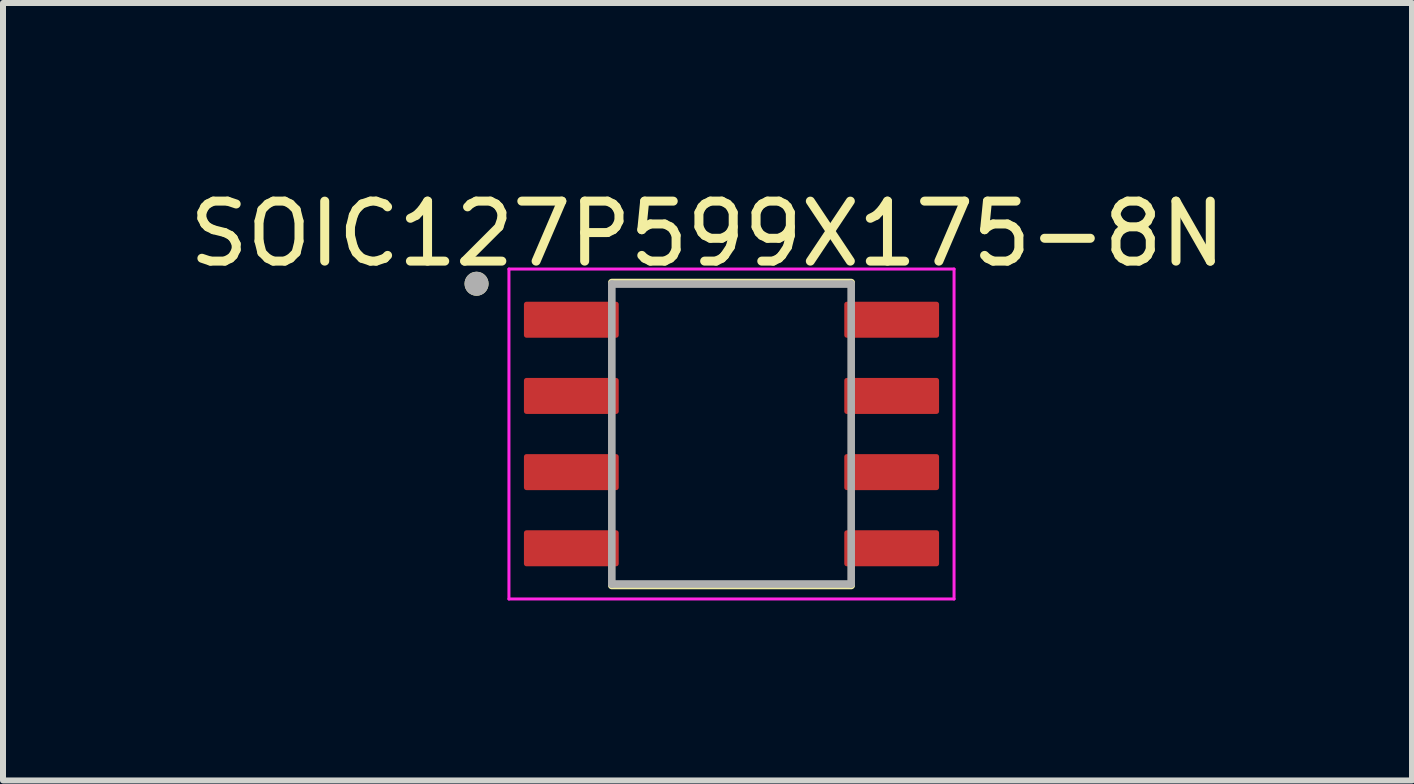
<source format=kicad_pcb>
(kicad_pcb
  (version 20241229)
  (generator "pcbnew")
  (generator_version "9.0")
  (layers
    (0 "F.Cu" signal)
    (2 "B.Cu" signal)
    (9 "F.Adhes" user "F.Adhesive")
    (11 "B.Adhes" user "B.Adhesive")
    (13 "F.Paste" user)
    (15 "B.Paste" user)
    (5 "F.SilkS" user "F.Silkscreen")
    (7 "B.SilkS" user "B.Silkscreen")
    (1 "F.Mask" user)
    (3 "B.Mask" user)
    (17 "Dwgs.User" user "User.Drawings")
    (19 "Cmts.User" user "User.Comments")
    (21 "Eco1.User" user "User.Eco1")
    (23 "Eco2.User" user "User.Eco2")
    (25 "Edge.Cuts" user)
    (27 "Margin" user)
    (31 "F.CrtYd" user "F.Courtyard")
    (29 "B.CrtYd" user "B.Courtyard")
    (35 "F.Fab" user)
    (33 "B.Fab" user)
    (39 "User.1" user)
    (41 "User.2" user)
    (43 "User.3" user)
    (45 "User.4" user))
  (footprint "SOIC127P599X175-8N"
    (layer "F.Cu")
    (at 9.144 4.185)
    (property "Reference" "SOIC127P599X175-8N" (at -0.4 -3.337 0) (layer "F.SilkS") (effects (font (size 1 1) (thickness 0.15))))
    (attr smd)
    (fp_line (start -1.995 -2.525) (end 1.995 -2.525) (stroke (width 0.127) (type solid)) (layer "F.SilkS"))
    (fp_line (start -1.995 2.525) (end 1.995 2.525) (stroke (width 0.127) (type solid)) (layer "F.SilkS"))
    (fp_circle (center -4.25 -2.505) (end -4.15 -2.505) (stroke (width 0.2) (type solid)) (fill no) (layer "F.SilkS"))
    (fp_line (start -3.71 -2.75) (end -3.71 2.75) (stroke (width 0.05) (type solid)) (layer "F.CrtYd"))
    (fp_line (start -3.71 -2.75) (end 3.71 -2.75) (stroke (width 0.05) (type solid)) (layer "F.CrtYd"))
    (fp_line (start -3.71 2.75) (end 3.71 2.75) (stroke (width 0.05) (type solid)) (layer "F.CrtYd"))
    (fp_line (start 3.71 -2.75) (end 3.71 2.75) (stroke (width 0.05) (type solid)) (layer "F.CrtYd"))
    (fp_line (start -1.995 -2.5) (end -1.995 2.5) (stroke (width 0.127) (type solid)) (layer "F.Fab"))
    (fp_line (start -1.995 -2.5) (end 1.995 -2.5) (stroke (width 0.127) (type solid)) (layer "F.Fab"))
    (fp_line (start -1.995 2.5) (end 1.995 2.5) (stroke (width 0.127) (type solid)) (layer "F.Fab"))
    (fp_line (start 1.995 -2.5) (end 1.995 2.5) (stroke (width 0.127) (type solid)) (layer "F.Fab"))
    (fp_circle (center -4.25 -2.505) (end -4.15 -2.505) (stroke (width 0.2) (type solid)) (fill no) (layer "F.Fab"))
    (pad "1" smd roundrect (at -2.67 -1.905) (size 1.58 0.6) (layers "F.Cu" "F.Mask" "F.Paste") (roundrect_rratio 0.07))
    (pad "2" smd roundrect (at -2.67 -0.635) (size 1.58 0.6) (layers "F.Cu" "F.Mask" "F.Paste") (roundrect_rratio 0.07))
    (pad "3" smd roundrect (at -2.67 0.635) (size 1.58 0.6) (layers "F.Cu" "F.Mask" "F.Paste") (roundrect_rratio 0.07))
    (pad "4" smd roundrect (at -2.67 1.905) (size 1.58 0.6) (layers "F.Cu" "F.Mask" "F.Paste") (roundrect_rratio 0.07))
    (pad "5" smd roundrect (at 2.67 1.905) (size 1.58 0.6) (layers "F.Cu" "F.Mask" "F.Paste") (roundrect_rratio 0.07))
    (pad "6" smd roundrect (at 2.67 0.635) (size 1.58 0.6) (layers "F.Cu" "F.Mask" "F.Paste") (roundrect_rratio 0.07))
    (pad "7" smd roundrect (at 2.67 -0.635) (size 1.58 0.6) (layers "F.Cu" "F.Mask" "F.Paste") (roundrect_rratio 0.07))
    (pad "8" smd roundrect (at 2.67 -1.905) (size 1.58 0.6) (layers "F.Cu" "F.Mask" "F.Paste") (roundrect_rratio 0.07)))
  (gr_rect
    (start -3 -3)
    (end 20.488 9.96)
    (stroke (width 0.1) (type default))
    (fill no)
    (layer "Edge.Cuts")))
</source>
